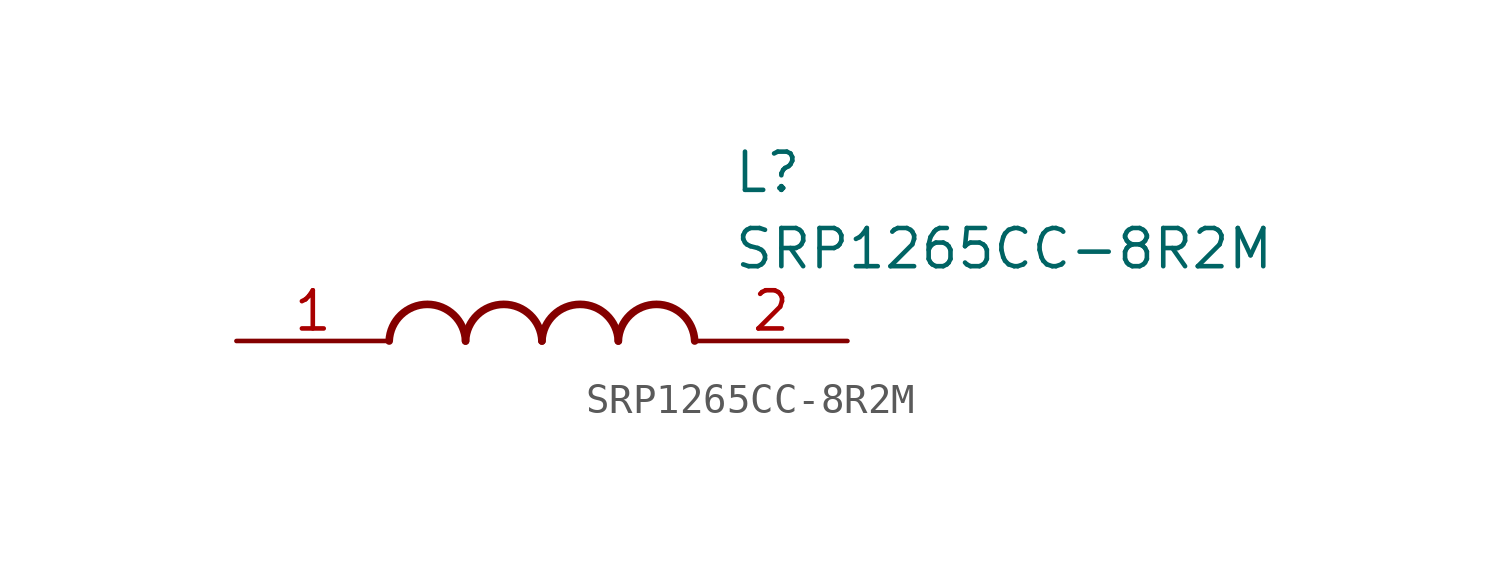
<source format=kicad_sym>
(kicad_symbol_lib
  (version 20211014)
  (generator SamacSys_ECAD_Model)
  (symbol "SRP1265CC-8R2M"
    (pin_names hide)
    (property "Reference" "L"
      (at 16.51 6.35 0)
      (effects (font (size 1.27 1.27)) (justify left top)))
    (property "Value" "SRP1265CC-8R2M"
      (at 16.51 3.81 0)
      (effects (font (size 1.27 1.27)) (justify left top)))
    (arc
      (start 7.62 0)
      (mid 6.35 1.219)
      (end 5.08 0)
      (stroke (width 0.254) (type default))
      (fill (type none)))
    (arc
      (start 10.16 0)
      (mid 8.89 1.219)
      (end 7.62 0)
      (stroke (width 0.254) (type default))
      (fill (type none)))
    (arc
      (start 12.7 0)
      (mid 11.43 1.219)
      (end 10.16 0)
      (stroke (width 0.254) (type default))
      (fill (type none)))
    (arc
      (start 15.24 0)
      (mid 13.97 1.219)
      (end 12.7 0)
      (stroke (width 0.254) (type default))
      (fill (type none)))
    (pin passive line
      (at 0 0 0)
      (length 5.08)
      (name "1" (effects (font (size 1.27 1.27))))
      (number "1" (effects (font (size 1.27 1.27)))))
    (pin passive line
      (at 20.32 0 180)
      (length 5.08)
      (name "2" (effects (font (size 1.27 1.27))))
      (number "2" (effects (font (size 1.27 1.27)))))))
</source>
